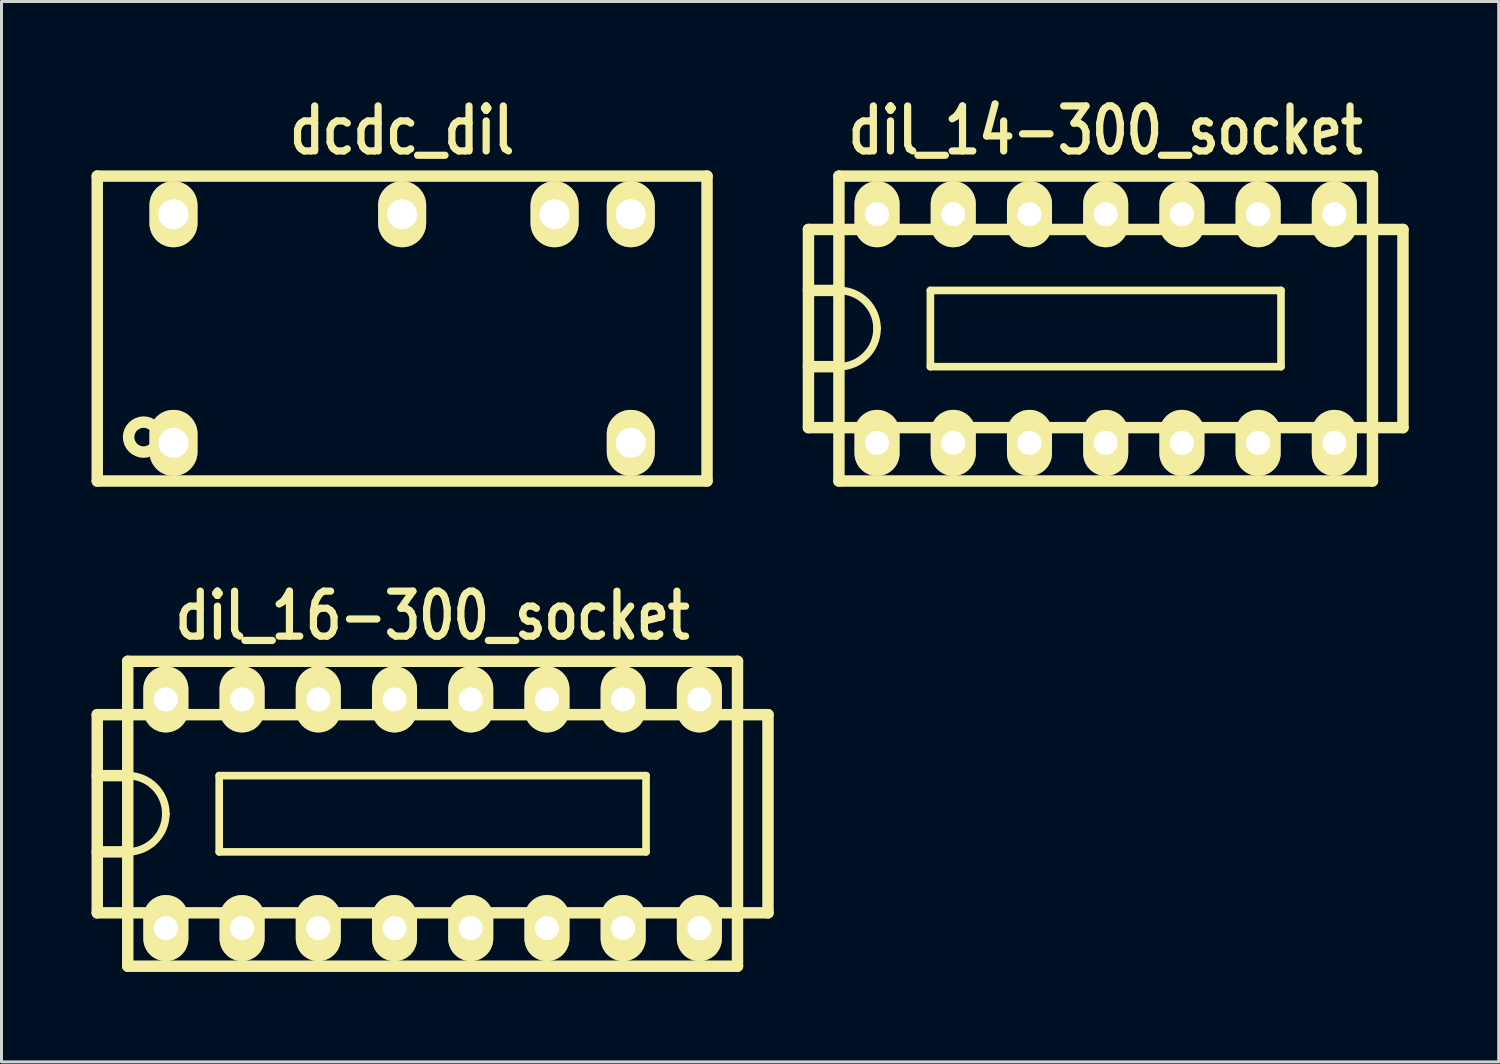
<source format=kicad_pcb>
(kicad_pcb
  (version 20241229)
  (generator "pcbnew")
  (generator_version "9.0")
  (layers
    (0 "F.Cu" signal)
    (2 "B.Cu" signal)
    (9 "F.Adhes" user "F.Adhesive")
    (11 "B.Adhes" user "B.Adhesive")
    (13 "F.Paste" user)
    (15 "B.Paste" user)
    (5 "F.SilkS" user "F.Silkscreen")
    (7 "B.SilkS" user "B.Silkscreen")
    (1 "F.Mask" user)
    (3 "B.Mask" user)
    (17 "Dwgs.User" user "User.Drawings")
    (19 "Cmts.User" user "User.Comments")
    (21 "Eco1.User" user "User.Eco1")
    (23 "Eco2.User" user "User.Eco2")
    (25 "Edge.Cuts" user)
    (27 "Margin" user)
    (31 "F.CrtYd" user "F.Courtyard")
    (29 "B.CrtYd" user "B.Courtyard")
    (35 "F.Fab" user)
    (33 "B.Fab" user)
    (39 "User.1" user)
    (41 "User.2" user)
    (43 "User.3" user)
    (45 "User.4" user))
  (footprint "dil_16-300_socket"
    (layer "F.Cu")
    (at 11.367 24.068)
    (property "Reference" "dil_16-300_socket" (at 0 -6.6 0) (layer "F.SilkS") (effects (font (size 1.5 1.2) (thickness 0.24))))
    (attr through_hole)
    (fp_line (start -11.176 -3.302) (end 11.176 -3.302) (stroke (width 0.381) (type solid)) (layer "F.SilkS"))
    (fp_line (start -11.176 3.302) (end -11.176 -3.302) (stroke (width 0.381) (type solid)) (layer "F.SilkS"))
    (fp_line (start -10.16 -1.27) (end -11.176 -1.27) (stroke (width 0.381) (type solid)) (layer "F.SilkS"))
    (fp_line (start -10.16 1.27) (end -11.176 1.27) (stroke (width 0.381) (type solid)) (layer "F.SilkS"))
    (fp_line (start -10.16 5.08) (end -10.16 -5.08) (stroke (width 0.381) (type solid)) (layer "F.SilkS"))
    (fp_line (start -10.16 5.08) (end 10.16 5.08) (stroke (width 0.381) (type solid)) (layer "F.SilkS"))
    (fp_line (start -7.112 -1.27) (end -7.112 1.27) (stroke (width 0.254) (type solid)) (layer "F.SilkS"))
    (fp_line (start -7.112 -1.27) (end 7.112 -1.27) (stroke (width 0.254) (type solid)) (layer "F.SilkS"))
    (fp_line (start 7.112 1.27) (end -7.112 1.27) (stroke (width 0.254) (type solid)) (layer "F.SilkS"))
    (fp_line (start 7.112 1.27) (end 7.112 -1.27) (stroke (width 0.254) (type solid)) (layer "F.SilkS"))
    (fp_line (start 10.16 -5.08) (end -10.16 -5.08) (stroke (width 0.381) (type solid)) (layer "F.SilkS"))
    (fp_line (start 10.16 -5.08) (end 10.16 5.08) (stroke (width 0.381) (type solid)) (layer "F.SilkS"))
    (fp_line (start 11.176 -3.302) (end 11.176 3.302) (stroke (width 0.381) (type solid)) (layer "F.SilkS"))
    (fp_line (start 11.176 3.302) (end -11.176 3.302) (stroke (width 0.381) (type solid)) (layer "F.SilkS"))
    (fp_arc (start -10.16 -1.27) (mid -9.261974 -0.898026) (end -8.89 0) (stroke (width 0.254) (type solid)) (layer "F.SilkS"))
    (fp_arc (start -8.89 0) (mid -9.261974 0.898026) (end -10.16 1.27) (stroke (width 0.254) (type solid)) (layer "F.SilkS"))
    (pad "1" thru_hole oval (at -8.89 3.81) (size 1.5 2.2) (drill 0.8) (layers "*.Cu" "*.Mask" "F.SilkS"))
    (pad "2" thru_hole oval (at -6.35 3.81) (size 1.5 2.2) (drill 0.8) (layers "*.Cu" "*.Mask" "F.SilkS"))
    (pad "3" thru_hole oval (at -3.81 3.81) (size 1.5 2.2) (drill 0.8) (layers "*.Cu" "*.Mask" "F.SilkS"))
    (pad "4" thru_hole oval (at -1.27 3.81) (size 1.5 2.2) (drill 0.8) (layers "*.Cu" "*.Mask" "F.SilkS"))
    (pad "5" thru_hole oval (at 1.27 3.81) (size 1.5 2.2) (drill 0.8) (layers "*.Cu" "*.Mask" "F.SilkS"))
    (pad "6" thru_hole oval (at 3.81 3.81) (size 1.5 2.2) (drill 0.8) (layers "*.Cu" "*.Mask" "F.SilkS"))
    (pad "7" thru_hole oval (at 6.35 3.81) (size 1.5 2.2) (drill 0.8) (layers "*.Cu" "*.Mask" "F.SilkS"))
    (pad "8" thru_hole oval (at 8.89 3.81) (size 1.5 2.2) (drill 0.8) (layers "*.Cu" "*.Mask" "F.SilkS"))
    (pad "9" thru_hole oval (at 8.89 -3.81) (size 1.5 2.2) (drill 0.8) (layers "*.Cu" "*.Mask" "F.SilkS"))
    (pad "10" thru_hole oval (at 6.35 -3.81) (size 1.5 2.2) (drill 0.8) (layers "*.Cu" "*.Mask" "F.SilkS"))
    (pad "11" thru_hole oval (at 3.81 -3.81) (size 1.5 2.2) (drill 0.8) (layers "*.Cu" "*.Mask" "F.SilkS"))
    (pad "12" thru_hole oval (at 1.27 -3.81) (size 1.5 2.2) (drill 0.8) (layers "*.Cu" "*.Mask" "F.SilkS"))
    (pad "13" thru_hole oval (at -1.27 -3.81) (size 1.5 2.2) (drill 0.8) (layers "*.Cu" "*.Mask" "F.SilkS"))
    (pad "14" thru_hole oval (at -3.81 -3.81) (size 1.5 2.2) (drill 0.8) (layers "*.Cu" "*.Mask" "F.SilkS"))
    (pad "15" thru_hole oval (at -6.35 -3.81) (size 1.5 2.2) (drill 0.8) (layers "*.Cu" "*.Mask" "F.SilkS"))
    (pad "16" thru_hole oval (at -8.89 -3.81) (size 1.5 2.2) (drill 0.8) (layers "*.Cu" "*.Mask" "F.SilkS")))
  (footprint "dcdc_dil"
    (layer "F.Cu")
    (at 10.351 7.899)
    (property "Reference" "dcdc_dil" (at 0 -6.6 0) (layer "F.SilkS") (effects (font (size 1.5 1.2) (thickness 0.24))))
    (attr through_hole)
    (fp_line (start -10.16 -5.08) (end 10.16 -5.08) (stroke (width 0.381) (type solid)) (layer "F.SilkS"))
    (fp_line (start -10.16 5.08) (end -10.16 -5.08) (stroke (width 0.381) (type solid)) (layer "F.SilkS"))
    (fp_line (start 10.16 -5.08) (end 10.16 5.08) (stroke (width 0.381) (type solid)) (layer "F.SilkS"))
    (fp_line (start 10.16 5.08) (end -10.16 5.08) (stroke (width 0.381) (type solid)) (layer "F.SilkS"))
    (fp_circle (center -8.616 3.617) (end -8.915 4.016) (stroke (width 0.381) (type solid)) (fill no) (layer "F.SilkS"))
    (pad "1" thru_hole oval (at -7.62 3.81) (size 1.6 2.2) (drill 1) (layers "*.Cu" "*.Mask" "F.SilkS"))
    (pad "7" thru_hole oval (at 7.62 3.81) (size 1.6 2.2) (drill 1) (layers "*.Cu" "*.Mask" "F.SilkS"))
    (pad "8" thru_hole oval (at 7.62 -3.81) (size 1.6 2.2) (drill 1) (layers "*.Cu" "*.Mask" "F.SilkS"))
    (pad "9" thru_hole oval (at 5.08 -3.81) (size 1.6 2.2) (drill 1) (layers "*.Cu" "*.Mask" "F.SilkS"))
    (pad "11" thru_hole oval (at 0 -3.81) (size 1.6 2.2) (drill 1) (layers "*.Cu" "*.Mask" "F.SilkS"))
    (pad "14" thru_hole oval (at -7.62 -3.81) (size 1.6 2.2) (drill 1) (layers "*.Cu" "*.Mask" "F.SilkS")))
  (footprint "dil_14-300_socket"
    (layer "F.Cu")
    (at 33.797 7.899)
    (property "Reference" "dil_14-300_socket" (at 0 -6.6 0) (layer "F.SilkS") (effects (font (size 1.5 1.2) (thickness 0.24))))
    (attr through_hole)
    (fp_line (start -9.906 -3.302) (end 9.906 -3.302) (stroke (width 0.381) (type solid)) (layer "F.SilkS"))
    (fp_line (start -9.906 3.302) (end -9.906 -3.302) (stroke (width 0.381) (type solid)) (layer "F.SilkS"))
    (fp_line (start -8.89 -1.27) (end -9.906 -1.27) (stroke (width 0.381) (type solid)) (layer "F.SilkS"))
    (fp_line (start -8.89 1.27) (end -9.906 1.27) (stroke (width 0.381) (type solid)) (layer "F.SilkS"))
    (fp_line (start -8.89 5.08) (end -8.89 -5.08) (stroke (width 0.381) (type solid)) (layer "F.SilkS"))
    (fp_line (start -8.89 5.08) (end 8.89 5.08) (stroke (width 0.381) (type solid)) (layer "F.SilkS"))
    (fp_line (start -5.842 -1.27) (end -5.842 1.27) (stroke (width 0.254) (type solid)) (layer "F.SilkS"))
    (fp_line (start -5.842 -1.27) (end 5.842 -1.27) (stroke (width 0.254) (type solid)) (layer "F.SilkS"))
    (fp_line (start 5.842 1.27) (end -5.842 1.27) (stroke (width 0.254) (type solid)) (layer "F.SilkS"))
    (fp_line (start 5.842 1.27) (end 5.842 -1.27) (stroke (width 0.254) (type solid)) (layer "F.SilkS"))
    (fp_line (start 8.89 -5.08) (end -8.89 -5.08) (stroke (width 0.381) (type solid)) (layer "F.SilkS"))
    (fp_line (start 8.89 -5.08) (end 8.89 5.08) (stroke (width 0.381) (type solid)) (layer "F.SilkS"))
    (fp_line (start 9.906 -3.302) (end 9.906 3.302) (stroke (width 0.381) (type solid)) (layer "F.SilkS"))
    (fp_line (start 9.906 3.302) (end -9.906 3.302) (stroke (width 0.381) (type solid)) (layer "F.SilkS"))
    (fp_arc (start -8.89 -1.27) (mid -7.991974 -0.898026) (end -7.62 0) (stroke (width 0.254) (type solid)) (layer "F.SilkS"))
    (fp_arc (start -7.62 0) (mid -7.991974 0.898026) (end -8.89 1.27) (stroke (width 0.254) (type solid)) (layer "F.SilkS"))
    (pad "1" thru_hole oval (at -7.62 3.81) (size 1.5 2.2) (drill 0.8) (layers "*.Cu" "*.Mask" "F.SilkS"))
    (pad "2" thru_hole oval (at -5.08 3.81) (size 1.5 2.2) (drill 0.8) (layers "*.Cu" "*.Mask" "F.SilkS"))
    (pad "3" thru_hole oval (at -2.54 3.81) (size 1.5 2.2) (drill 0.8) (layers "*.Cu" "*.Mask" "F.SilkS"))
    (pad "4" thru_hole oval (at 0 3.81) (size 1.5 2.2) (drill 0.8) (layers "*.Cu" "*.Mask" "F.SilkS"))
    (pad "5" thru_hole oval (at 2.54 3.81) (size 1.5 2.2) (drill 0.8) (layers "*.Cu" "*.Mask" "F.SilkS"))
    (pad "6" thru_hole oval (at 5.08 3.81) (size 1.5 2.2) (drill 0.8) (layers "*.Cu" "*.Mask" "F.SilkS"))
    (pad "7" thru_hole oval (at 7.62 3.81) (size 1.5 2.2) (drill 0.8) (layers "*.Cu" "*.Mask" "F.SilkS"))
    (pad "8" thru_hole oval (at 7.62 -3.81) (size 1.5 2.2) (drill 0.8) (layers "*.Cu" "*.Mask" "F.SilkS"))
    (pad "9" thru_hole oval (at 5.08 -3.81) (size 1.5 2.2) (drill 0.8) (layers "*.Cu" "*.Mask" "F.SilkS"))
    (pad "10" thru_hole oval (at 2.54 -3.81) (size 1.5 2.2) (drill 0.8) (layers "*.Cu" "*.Mask" "F.SilkS"))
    (pad "11" thru_hole oval (at 0 -3.81) (size 1.5 2.2) (drill 0.8) (layers "*.Cu" "*.Mask" "F.SilkS"))
    (pad "12" thru_hole oval (at -2.54 -3.81) (size 1.5 2.2) (drill 0.8) (layers "*.Cu" "*.Mask" "F.SilkS"))
    (pad "13" thru_hole oval (at -5.08 -3.81) (size 1.5 2.2) (drill 0.8) (layers "*.Cu" "*.Mask" "F.SilkS"))
    (pad "14" thru_hole oval (at -7.62 -3.81) (size 1.5 2.2) (drill 0.8) (layers "*.Cu" "*.Mask" "F.SilkS")))
  (gr_rect
    (start -3 -3)
    (end 46.894 32.338)
    (stroke (width 0.1) (type default))
    (fill no)
    (layer "Edge.Cuts")))
</source>
